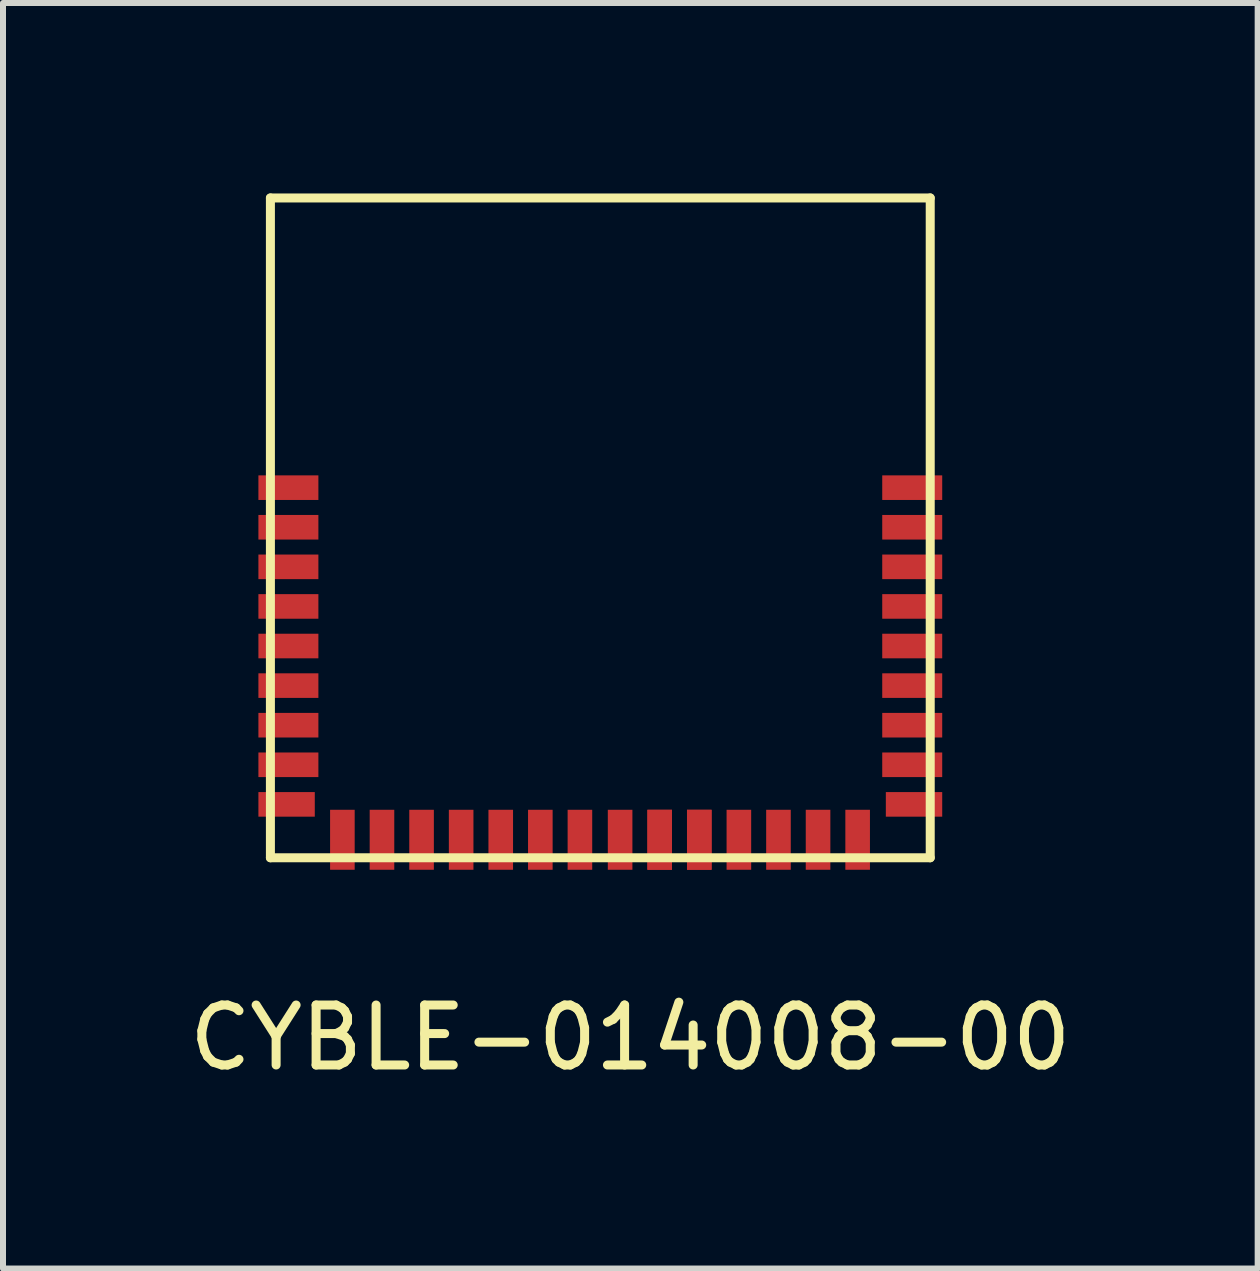
<source format=kicad_pcb>
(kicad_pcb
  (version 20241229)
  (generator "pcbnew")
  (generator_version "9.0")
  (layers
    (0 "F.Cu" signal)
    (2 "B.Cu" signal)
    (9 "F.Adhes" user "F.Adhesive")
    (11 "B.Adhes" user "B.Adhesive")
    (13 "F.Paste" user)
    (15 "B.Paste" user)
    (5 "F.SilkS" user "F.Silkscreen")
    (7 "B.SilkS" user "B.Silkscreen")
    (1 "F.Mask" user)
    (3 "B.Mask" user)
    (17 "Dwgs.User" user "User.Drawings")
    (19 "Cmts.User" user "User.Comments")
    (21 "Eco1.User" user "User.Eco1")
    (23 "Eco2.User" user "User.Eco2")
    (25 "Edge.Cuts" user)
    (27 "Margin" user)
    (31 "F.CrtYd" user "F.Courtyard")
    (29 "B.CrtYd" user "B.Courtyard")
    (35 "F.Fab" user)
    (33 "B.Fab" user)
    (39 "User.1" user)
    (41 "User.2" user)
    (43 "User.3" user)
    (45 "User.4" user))
  (footprint "CYBLE-014008-00"
    (layer "F.Cu")
    (at 12.458 0.25)
    (property "Reference" "CYBLE-014008-00" (at -5 14 0) (layer "F.SilkS") (effects (font (size 1 1) (thickness 0.15))))
    (attr through_hole)
    (fp_line (start -11 0) (end -11 11) (stroke (width 0.15) (type solid)) (layer "F.SilkS"))
    (fp_line (start -11 11) (end 0 11) (stroke (width 0.15) (type solid)) (layer "F.SilkS"))
    (fp_line (start 0 0) (end -11 0) (stroke (width 0.15) (type solid)) (layer "F.SilkS"))
    (fp_line (start 0 11) (end 0 0) (stroke (width 0.15) (type solid)) (layer "F.SilkS"))
    (pad "1" smd rect (at -0.3 4.83) (size 1 0.41) (layers "F.Cu" "F.Mask" "F.Paste"))
    (pad "2" smd rect (at -0.3 5.49) (size 1 0.41) (layers "F.Cu" "F.Mask" "F.Paste"))
    (pad "3" smd rect (at -0.3 6.15) (size 1 0.41) (layers "F.Cu" "F.Mask" "F.Paste"))
    (pad "4" smd rect (at -0.3 6.81) (size 1 0.41) (layers "F.Cu" "F.Mask" "F.Paste"))
    (pad "5" smd rect (at -0.3 7.47) (size 1 0.41) (layers "F.Cu" "F.Mask" "F.Paste"))
    (pad "6" smd rect (at -0.3 8.13) (size 1 0.41) (layers "F.Cu" "F.Mask" "F.Paste"))
    (pad "7" smd rect (at -0.3 8.79) (size 1 0.41) (layers "F.Cu" "F.Mask" "F.Paste"))
    (pad "8" smd rect (at -0.3 9.45) (size 1 0.41) (layers "F.Cu" "F.Mask" "F.Paste"))
    (pad "9" smd rect (at -0.27 10.11) (size 0.94 0.41) (layers "F.Cu" "F.Mask" "F.Paste"))
    (pad "10" smd rect (at -1.21 10.7 90) (size 1 0.41) (layers "F.Cu" "F.Mask" "F.Paste"))
    (pad "11" smd rect (at -1.87 10.7 90) (size 1 0.41) (layers "F.Cu" "F.Mask" "F.Paste"))
    (pad "12" smd rect (at -2.53 10.7 90) (size 1 0.41) (layers "F.Cu" "F.Mask" "F.Paste"))
    (pad "13" smd rect (at -3.19 10.7 90) (size 1 0.41) (layers "F.Cu" "F.Mask" "F.Paste"))
    (pad "14" smd rect (at -3.85 10.7 90) (size 1 0.41) (layers "F.Cu" "F.Mask" "F.Paste"))
    (pad "14" smd rect (at -3.85 10.7 90) (size 1 0.41) (layers "F.Cu" "F.Mask" "F.Paste"))
    (pad "15" smd rect (at -4.51 10.7 90) (size 1 0.41) (layers "F.Cu" "F.Mask" "F.Paste"))
    (pad "15" smd rect (at -4.51 10.7 90) (size 1 0.41) (layers "F.Cu" "F.Mask" "F.Paste"))
    (pad "16" smd rect (at -5.17 10.7 90) (size 1 0.41) (layers "F.Cu" "F.Mask" "F.Paste"))
    (pad "17" smd rect (at -5.84 10.7 90) (size 1 0.41) (layers "F.Cu" "F.Mask" "F.Paste"))
    (pad "18" smd rect (at -6.5 10.7 90) (size 1 0.41) (layers "F.Cu" "F.Mask" "F.Paste"))
    (pad "19" smd rect (at -7.16 10.7 90) (size 1 0.41) (layers "F.Cu" "F.Mask" "F.Paste"))
    (pad "20" smd rect (at -7.82 10.7 90) (size 1 0.41) (layers "F.Cu" "F.Mask" "F.Paste"))
    (pad "21" smd rect (at -8.48 10.7 90) (size 1 0.41) (layers "F.Cu" "F.Mask" "F.Paste"))
    (pad "22" smd rect (at -9.14 10.7 90) (size 1 0.41) (layers "F.Cu" "F.Mask" "F.Paste"))
    (pad "23" smd rect (at -9.8 10.7 90) (size 1 0.41) (layers "F.Cu" "F.Mask" "F.Paste"))
    (pad "24" smd rect (at -10.73 10.11) (size 0.94 0.41) (layers "F.Cu" "F.Mask" "F.Paste"))
    (pad "25" smd rect (at -10.7 9.45) (size 1 0.41) (layers "F.Cu" "F.Mask" "F.Paste"))
    (pad "26" smd rect (at -10.7 8.79) (size 1 0.41) (layers "F.Cu" "F.Mask" "F.Paste"))
    (pad "27" smd rect (at -10.7 8.13) (size 1 0.41) (layers "F.Cu" "F.Mask" "F.Paste"))
    (pad "28" smd rect (at -10.7 7.47) (size 1 0.41) (layers "F.Cu" "F.Mask" "F.Paste"))
    (pad "29" smd rect (at -10.7 6.81) (size 1 0.41) (layers "F.Cu" "F.Mask" "F.Paste"))
    (pad "30" smd rect (at -10.7 6.15) (size 1 0.41) (layers "F.Cu" "F.Mask" "F.Paste"))
    (pad "31" smd rect (at -10.7 5.49) (size 1 0.41) (layers "F.Cu" "F.Mask" "F.Paste"))
    (pad "32" smd rect (at -10.7 4.83) (size 1 0.41) (layers "F.Cu" "F.Mask" "F.Paste")))
  (gr_rect
    (start -3 -3)
    (end 17.917 18.098)
    (stroke (width 0.1) (type default))
    (fill no)
    (layer "Edge.Cuts")))
</source>
